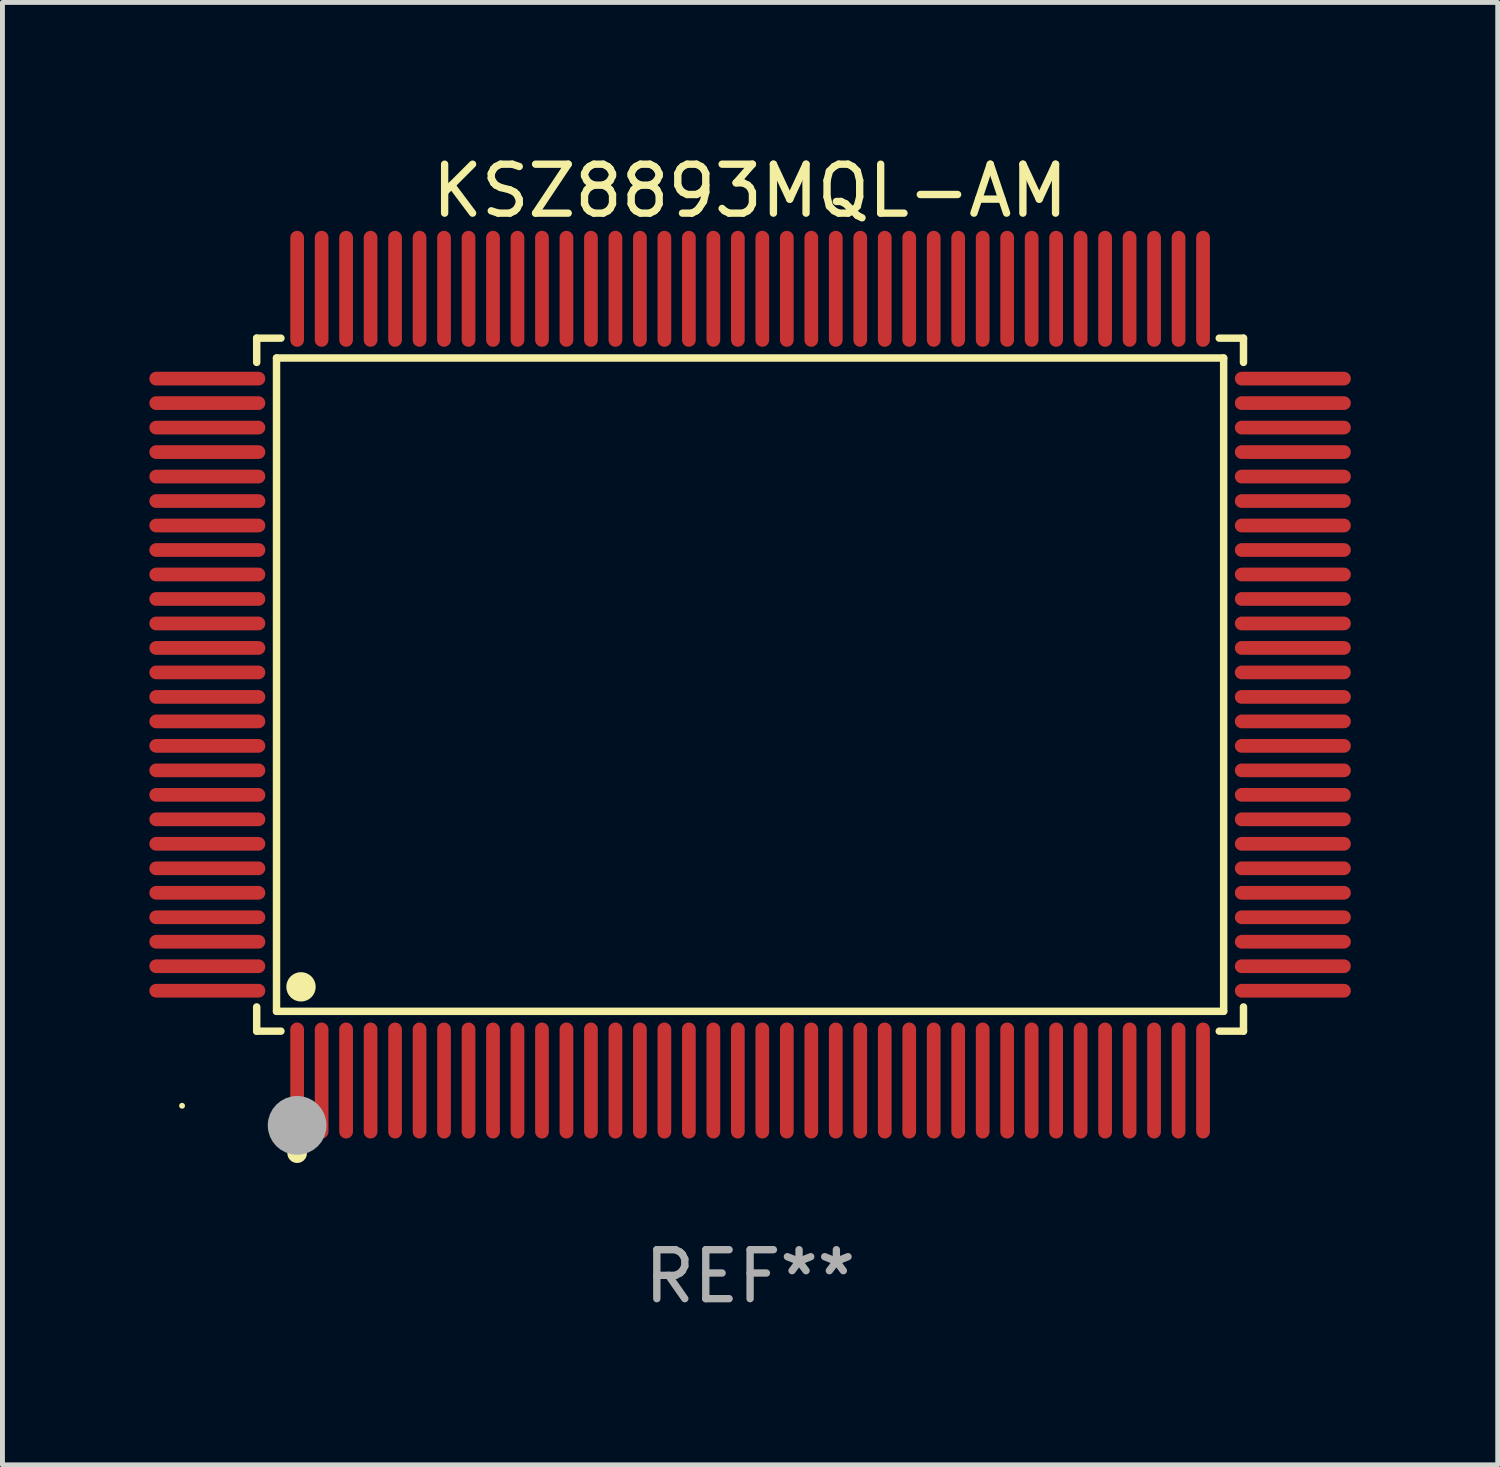
<source format=kicad_pcb>
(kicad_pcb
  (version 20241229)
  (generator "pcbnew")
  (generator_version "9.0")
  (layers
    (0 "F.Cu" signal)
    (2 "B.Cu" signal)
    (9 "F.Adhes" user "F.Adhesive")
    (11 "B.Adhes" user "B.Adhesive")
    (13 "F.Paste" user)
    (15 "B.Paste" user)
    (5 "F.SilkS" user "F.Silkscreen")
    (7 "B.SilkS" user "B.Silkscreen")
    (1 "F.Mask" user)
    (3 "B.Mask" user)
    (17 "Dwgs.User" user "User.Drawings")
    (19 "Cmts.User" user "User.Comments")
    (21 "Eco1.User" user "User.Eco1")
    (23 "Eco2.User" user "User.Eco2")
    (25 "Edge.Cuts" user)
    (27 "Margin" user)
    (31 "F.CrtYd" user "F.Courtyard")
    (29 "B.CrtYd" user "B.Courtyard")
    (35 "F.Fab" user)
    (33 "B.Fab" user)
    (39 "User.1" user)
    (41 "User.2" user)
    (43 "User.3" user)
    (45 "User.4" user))
  (footprint "KSZ8893MQL-AM"
    (layer "F.Cu")
    (at 12.268 10.932)
    (property "Reference" "KSZ8893MQL-AM" (at 0 -10.084 0) (layer "F.SilkS") (effects (font (size 1 1) (thickness 0.15))))
    (attr through_hole)
    (fp_line (start -10.076 -7.076) (end -9.581 -7.076) (stroke (width 0.152) (type solid)) (layer "F.SilkS"))
    (fp_line (start -10.076 -6.581) (end -10.076 -7.076) (stroke (width 0.152) (type solid)) (layer "F.SilkS"))
    (fp_line (start -10.076 6.581) (end -10.076 7.076) (stroke (width 0.152) (type solid)) (layer "F.SilkS"))
    (fp_line (start -10.076 7.076) (end -9.581 7.076) (stroke (width 0.152) (type solid)) (layer "F.SilkS"))
    (fp_line (start -9.671 -6.671) (end 9.671 -6.671) (stroke (width 0.152) (type solid)) (layer "F.SilkS"))
    (fp_line (start -9.671 6.671) (end -9.671 -6.671) (stroke (width 0.152) (type solid)) (layer "F.SilkS"))
    (fp_line (start 9.671 -6.671) (end 9.671 6.671) (stroke (width 0.152) (type solid)) (layer "F.SilkS"))
    (fp_line (start 9.671 6.671) (end -9.671 6.671) (stroke (width 0.152) (type solid)) (layer "F.SilkS"))
    (fp_line (start 10.076 -7.076) (end 9.581 -7.076) (stroke (width 0.152) (type solid)) (layer "F.SilkS"))
    (fp_line (start 10.076 -6.581) (end 10.076 -7.076) (stroke (width 0.152) (type solid)) (layer "F.SilkS"))
    (fp_line (start 10.076 6.581) (end 10.076 7.076) (stroke (width 0.152) (type solid)) (layer "F.SilkS"))
    (fp_line (start 10.076 7.076) (end 9.581 7.076) (stroke (width 0.152) (type solid)) (layer "F.SilkS"))
    (fp_circle (center -11.6 8.6) (end -11.57 8.6) (stroke (width 0.06) (type solid)) (fill no) (layer "F.SilkS"))
    (fp_circle (center -9.25 9.568) (end -9.15 9.568) (stroke (width 0.2) (type solid)) (fill no) (layer "F.SilkS"))
    (fp_circle (center -9.171 6.171) (end -9.021 6.171) (stroke (width 0.3) (type solid)) (fill no) (layer "F.SilkS"))
    (fp_circle (center -9.25 9) (end -8.95 9) (stroke (width 0.6) (type solid)) (fill no) (layer "F.Fab"))
    (fp_text user "REF**" (at 0 12.084 0) (layer "F.Fab") (effects (font (size 1 1) (thickness 0.15))))
    (pad "1" smd oval (at -9.25 8.084) (size 0.28 2.368) (layers "F.Cu" "F.Mask" "F.Paste"))
    (pad "2" smd oval (at -8.75 8.084) (size 0.28 2.368) (layers "F.Cu" "F.Mask" "F.Paste"))
    (pad "3" smd oval (at -8.25 8.084) (size 0.28 2.368) (layers "F.Cu" "F.Mask" "F.Paste"))
    (pad "4" smd oval (at -7.75 8.084) (size 0.28 2.368) (layers "F.Cu" "F.Mask" "F.Paste"))
    (pad "5" smd oval (at -7.25 8.084) (size 0.28 2.368) (layers "F.Cu" "F.Mask" "F.Paste"))
    (pad "6" smd oval (at -6.75 8.084) (size 0.28 2.368) (layers "F.Cu" "F.Mask" "F.Paste"))
    (pad "7" smd oval (at -6.25 8.084) (size 0.28 2.368) (layers "F.Cu" "F.Mask" "F.Paste"))
    (pad "8" smd oval (at -5.75 8.084) (size 0.28 2.368) (layers "F.Cu" "F.Mask" "F.Paste"))
    (pad "9" smd oval (at -5.25 8.084) (size 0.28 2.368) (layers "F.Cu" "F.Mask" "F.Paste"))
    (pad "10" smd oval (at -4.75 8.084) (size 0.28 2.368) (layers "F.Cu" "F.Mask" "F.Paste"))
    (pad "11" smd oval (at -4.25 8.084) (size 0.28 2.368) (layers "F.Cu" "F.Mask" "F.Paste"))
    (pad "12" smd oval (at -3.75 8.084) (size 0.28 2.368) (layers "F.Cu" "F.Mask" "F.Paste"))
    (pad "13" smd oval (at -3.25 8.084) (size 0.28 2.368) (layers "F.Cu" "F.Mask" "F.Paste"))
    (pad "14" smd oval (at -2.75 8.084) (size 0.28 2.368) (layers "F.Cu" "F.Mask" "F.Paste"))
    (pad "15" smd oval (at -2.25 8.084) (size 0.28 2.368) (layers "F.Cu" "F.Mask" "F.Paste"))
    (pad "16" smd oval (at -1.75 8.084) (size 0.28 2.368) (layers "F.Cu" "F.Mask" "F.Paste"))
    (pad "17" smd oval (at -1.25 8.084) (size 0.28 2.368) (layers "F.Cu" "F.Mask" "F.Paste"))
    (pad "18" smd oval (at -0.75 8.084) (size 0.28 2.368) (layers "F.Cu" "F.Mask" "F.Paste"))
    (pad "19" smd oval (at -0.25 8.084) (size 0.28 2.368) (layers "F.Cu" "F.Mask" "F.Paste"))
    (pad "20" smd oval (at 0.25 8.084) (size 0.28 2.368) (layers "F.Cu" "F.Mask" "F.Paste"))
    (pad "21" smd oval (at 0.75 8.084) (size 0.28 2.368) (layers "F.Cu" "F.Mask" "F.Paste"))
    (pad "22" smd oval (at 1.25 8.084) (size 0.28 2.368) (layers "F.Cu" "F.Mask" "F.Paste"))
    (pad "23" smd oval (at 1.75 8.084) (size 0.28 2.368) (layers "F.Cu" "F.Mask" "F.Paste"))
    (pad "24" smd oval (at 2.25 8.084) (size 0.28 2.368) (layers "F.Cu" "F.Mask" "F.Paste"))
    (pad "25" smd oval (at 2.75 8.084) (size 0.28 2.368) (layers "F.Cu" "F.Mask" "F.Paste"))
    (pad "26" smd oval (at 3.25 8.084) (size 0.28 2.368) (layers "F.Cu" "F.Mask" "F.Paste"))
    (pad "27" smd oval (at 3.75 8.084) (size 0.28 2.368) (layers "F.Cu" "F.Mask" "F.Paste"))
    (pad "28" smd oval (at 4.25 8.084) (size 0.28 2.368) (layers "F.Cu" "F.Mask" "F.Paste"))
    (pad "29" smd oval (at 4.75 8.084) (size 0.28 2.368) (layers "F.Cu" "F.Mask" "F.Paste"))
    (pad "30" smd oval (at 5.25 8.084) (size 0.28 2.368) (layers "F.Cu" "F.Mask" "F.Paste"))
    (pad "31" smd oval (at 5.75 8.084) (size 0.28 2.368) (layers "F.Cu" "F.Mask" "F.Paste"))
    (pad "32" smd oval (at 6.25 8.084) (size 0.28 2.368) (layers "F.Cu" "F.Mask" "F.Paste"))
    (pad "33" smd oval (at 6.75 8.084) (size 0.28 2.368) (layers "F.Cu" "F.Mask" "F.Paste"))
    (pad "34" smd oval (at 7.25 8.084) (size 0.28 2.368) (layers "F.Cu" "F.Mask" "F.Paste"))
    (pad "35" smd oval (at 7.75 8.084) (size 0.28 2.368) (layers "F.Cu" "F.Mask" "F.Paste"))
    (pad "36" smd oval (at 8.25 8.084) (size 0.28 2.368) (layers "F.Cu" "F.Mask" "F.Paste"))
    (pad "37" smd oval (at 8.75 8.084) (size 0.28 2.368) (layers "F.Cu" "F.Mask" "F.Paste"))
    (pad "38" smd oval (at 9.25 8.084) (size 0.28 2.368) (layers "F.Cu" "F.Mask" "F.Paste"))
    (pad "39" smd oval (at 11.084 6.25) (size 2.368 0.28) (layers "F.Cu" "F.Mask" "F.Paste"))
    (pad "40" smd oval (at 11.084 5.75) (size 2.368 0.28) (layers "F.Cu" "F.Mask" "F.Paste"))
    (pad "41" smd oval (at 11.084 5.25) (size 2.368 0.28) (layers "F.Cu" "F.Mask" "F.Paste"))
    (pad "42" smd oval (at 11.084 4.75) (size 2.368 0.28) (layers "F.Cu" "F.Mask" "F.Paste"))
    (pad "43" smd oval (at 11.084 4.25) (size 2.368 0.28) (layers "F.Cu" "F.Mask" "F.Paste"))
    (pad "44" smd oval (at 11.084 3.75) (size 2.368 0.28) (layers "F.Cu" "F.Mask" "F.Paste"))
    (pad "45" smd oval (at 11.084 3.25) (size 2.368 0.28) (layers "F.Cu" "F.Mask" "F.Paste"))
    (pad "46" smd oval (at 11.084 2.75) (size 2.368 0.28) (layers "F.Cu" "F.Mask" "F.Paste"))
    (pad "47" smd oval (at 11.084 2.25) (size 2.368 0.28) (layers "F.Cu" "F.Mask" "F.Paste"))
    (pad "48" smd oval (at 11.084 1.75) (size 2.368 0.28) (layers "F.Cu" "F.Mask" "F.Paste"))
    (pad "49" smd oval (at 11.084 1.25) (size 2.368 0.28) (layers "F.Cu" "F.Mask" "F.Paste"))
    (pad "50" smd oval (at 11.084 0.75) (size 2.368 0.28) (layers "F.Cu" "F.Mask" "F.Paste"))
    (pad "51" smd oval (at 11.084 0.25) (size 2.368 0.28) (layers "F.Cu" "F.Mask" "F.Paste"))
    (pad "52" smd oval (at 11.084 -0.25) (size 2.368 0.28) (layers "F.Cu" "F.Mask" "F.Paste"))
    (pad "53" smd oval (at 11.084 -0.75) (size 2.368 0.28) (layers "F.Cu" "F.Mask" "F.Paste"))
    (pad "54" smd oval (at 11.084 -1.25) (size 2.368 0.28) (layers "F.Cu" "F.Mask" "F.Paste"))
    (pad "55" smd oval (at 11.084 -1.75) (size 2.368 0.28) (layers "F.Cu" "F.Mask" "F.Paste"))
    (pad "56" smd oval (at 11.084 -2.25) (size 2.368 0.28) (layers "F.Cu" "F.Mask" "F.Paste"))
    (pad "57" smd oval (at 11.084 -2.75) (size 2.368 0.28) (layers "F.Cu" "F.Mask" "F.Paste"))
    (pad "58" smd oval (at 11.084 -3.25) (size 2.368 0.28) (layers "F.Cu" "F.Mask" "F.Paste"))
    (pad "59" smd oval (at 11.084 -3.75) (size 2.368 0.28) (layers "F.Cu" "F.Mask" "F.Paste"))
    (pad "60" smd oval (at 11.084 -4.25) (size 2.368 0.28) (layers "F.Cu" "F.Mask" "F.Paste"))
    (pad "61" smd oval (at 11.084 -4.75) (size 2.368 0.28) (layers "F.Cu" "F.Mask" "F.Paste"))
    (pad "62" smd oval (at 11.084 -5.25) (size 2.368 0.28) (layers "F.Cu" "F.Mask" "F.Paste"))
    (pad "63" smd oval (at 11.084 -5.75) (size 2.368 0.28) (layers "F.Cu" "F.Mask" "F.Paste"))
    (pad "64" smd oval (at 11.084 -6.25) (size 2.368 0.28) (layers "F.Cu" "F.Mask" "F.Paste"))
    (pad "65" smd oval (at 9.25 -8.084) (size 0.28 2.368) (layers "F.Cu" "F.Mask" "F.Paste"))
    (pad "66" smd oval (at 8.75 -8.084) (size 0.28 2.368) (layers "F.Cu" "F.Mask" "F.Paste"))
    (pad "67" smd oval (at 8.25 -8.084) (size 0.28 2.368) (layers "F.Cu" "F.Mask" "F.Paste"))
    (pad "68" smd oval (at 7.75 -8.084) (size 0.28 2.368) (layers "F.Cu" "F.Mask" "F.Paste"))
    (pad "69" smd oval (at 7.25 -8.084) (size 0.28 2.368) (layers "F.Cu" "F.Mask" "F.Paste"))
    (pad "70" smd oval (at 6.75 -8.084) (size 0.28 2.368) (layers "F.Cu" "F.Mask" "F.Paste"))
    (pad "71" smd oval (at 6.25 -8.084) (size 0.28 2.368) (layers "F.Cu" "F.Mask" "F.Paste"))
    (pad "72" smd oval (at 5.75 -8.084) (size 0.28 2.368) (layers "F.Cu" "F.Mask" "F.Paste"))
    (pad "73" smd oval (at 5.25 -8.084) (size 0.28 2.368) (layers "F.Cu" "F.Mask" "F.Paste"))
    (pad "74" smd oval (at 4.75 -8.084) (size 0.28 2.368) (layers "F.Cu" "F.Mask" "F.Paste"))
    (pad "75" smd oval (at 4.25 -8.084) (size 0.28 2.368) (layers "F.Cu" "F.Mask" "F.Paste"))
    (pad "76" smd oval (at 3.75 -8.084) (size 0.28 2.368) (layers "F.Cu" "F.Mask" "F.Paste"))
    (pad "77" smd oval (at 3.25 -8.084) (size 0.28 2.368) (layers "F.Cu" "F.Mask" "F.Paste"))
    (pad "78" smd oval (at 2.75 -8.084) (size 0.28 2.368) (layers "F.Cu" "F.Mask" "F.Paste"))
    (pad "79" smd oval (at 2.25 -8.084) (size 0.28 2.368) (layers "F.Cu" "F.Mask" "F.Paste"))
    (pad "80" smd oval (at 1.75 -8.084) (size 0.28 2.368) (layers "F.Cu" "F.Mask" "F.Paste"))
    (pad "81" smd oval (at 1.25 -8.084) (size 0.28 2.368) (layers "F.Cu" "F.Mask" "F.Paste"))
    (pad "82" smd oval (at 0.75 -8.084) (size 0.28 2.368) (layers "F.Cu" "F.Mask" "F.Paste"))
    (pad "83" smd oval (at 0.25 -8.084) (size 0.28 2.368) (layers "F.Cu" "F.Mask" "F.Paste"))
    (pad "84" smd oval (at -0.25 -8.084) (size 0.28 2.368) (layers "F.Cu" "F.Mask" "F.Paste"))
    (pad "85" smd oval (at -0.75 -8.084) (size 0.28 2.368) (layers "F.Cu" "F.Mask" "F.Paste"))
    (pad "86" smd oval (at -1.25 -8.084) (size 0.28 2.368) (layers "F.Cu" "F.Mask" "F.Paste"))
    (pad "87" smd oval (at -1.75 -8.084) (size 0.28 2.368) (layers "F.Cu" "F.Mask" "F.Paste"))
    (pad "88" smd oval (at -2.25 -8.084) (size 0.28 2.368) (layers "F.Cu" "F.Mask" "F.Paste"))
    (pad "89" smd oval (at -2.75 -8.084) (size 0.28 2.368) (layers "F.Cu" "F.Mask" "F.Paste"))
    (pad "90" smd oval (at -3.25 -8.084) (size 0.28 2.368) (layers "F.Cu" "F.Mask" "F.Paste"))
    (pad "91" smd oval (at -3.75 -8.084) (size 0.28 2.368) (layers "F.Cu" "F.Mask" "F.Paste"))
    (pad "92" smd oval (at -4.25 -8.084) (size 0.28 2.368) (layers "F.Cu" "F.Mask" "F.Paste"))
    (pad "93" smd oval (at -4.75 -8.084) (size 0.28 2.368) (layers "F.Cu" "F.Mask" "F.Paste"))
    (pad "94" smd oval (at -5.25 -8.084) (size 0.28 2.368) (layers "F.Cu" "F.Mask" "F.Paste"))
    (pad "95" smd oval (at -5.75 -8.084) (size 0.28 2.368) (layers "F.Cu" "F.Mask" "F.Paste"))
    (pad "96" smd oval (at -6.25 -8.084) (size 0.28 2.368) (layers "F.Cu" "F.Mask" "F.Paste"))
    (pad "97" smd oval (at -6.75 -8.084) (size 0.28 2.368) (layers "F.Cu" "F.Mask" "F.Paste"))
    (pad "98" smd oval (at -7.25 -8.084) (size 0.28 2.368) (layers "F.Cu" "F.Mask" "F.Paste"))
    (pad "99" smd oval (at -7.75 -8.084) (size 0.28 2.368) (layers "F.Cu" "F.Mask" "F.Paste"))
    (pad "100" smd oval (at -8.25 -8.084) (size 0.28 2.368) (layers "F.Cu" "F.Mask" "F.Paste"))
    (pad "101" smd oval (at -8.75 -8.084) (size 0.28 2.368) (layers "F.Cu" "F.Mask" "F.Paste"))
    (pad "102" smd oval (at -9.25 -8.084) (size 0.28 2.368) (layers "F.Cu" "F.Mask" "F.Paste"))
    (pad "103" smd oval (at -11.084 -6.25) (size 2.368 0.28) (layers "F.Cu" "F.Mask" "F.Paste"))
    (pad "104" smd oval (at -11.084 -5.75) (size 2.368 0.28) (layers "F.Cu" "F.Mask" "F.Paste"))
    (pad "105" smd oval (at -11.084 -5.25) (size 2.368 0.28) (layers "F.Cu" "F.Mask" "F.Paste"))
    (pad "106" smd oval (at -11.084 -4.75) (size 2.368 0.28) (layers "F.Cu" "F.Mask" "F.Paste"))
    (pad "107" smd oval (at -11.084 -4.25) (size 2.368 0.28) (layers "F.Cu" "F.Mask" "F.Paste"))
    (pad "108" smd oval (at -11.084 -3.75) (size 2.368 0.28) (layers "F.Cu" "F.Mask" "F.Paste"))
    (pad "109" smd oval (at -11.084 -3.25) (size 2.368 0.28) (layers "F.Cu" "F.Mask" "F.Paste"))
    (pad "110" smd oval (at -11.084 -2.75) (size 2.368 0.28) (layers "F.Cu" "F.Mask" "F.Paste"))
    (pad "111" smd oval (at -11.084 -2.25) (size 2.368 0.28) (layers "F.Cu" "F.Mask" "F.Paste"))
    (pad "112" smd oval (at -11.084 -1.75) (size 2.368 0.28) (layers "F.Cu" "F.Mask" "F.Paste"))
    (pad "113" smd oval (at -11.084 -1.25) (size 2.368 0.28) (layers "F.Cu" "F.Mask" "F.Paste"))
    (pad "114" smd oval (at -11.084 -0.75) (size 2.368 0.28) (layers "F.Cu" "F.Mask" "F.Paste"))
    (pad "115" smd oval (at -11.084 -0.25) (size 2.368 0.28) (layers "F.Cu" "F.Mask" "F.Paste"))
    (pad "116" smd oval (at -11.084 0.25) (size 2.368 0.28) (layers "F.Cu" "F.Mask" "F.Paste"))
    (pad "117" smd oval (at -11.084 0.75) (size 2.368 0.28) (layers "F.Cu" "F.Mask" "F.Paste"))
    (pad "118" smd oval (at -11.084 1.25) (size 2.368 0.28) (layers "F.Cu" "F.Mask" "F.Paste"))
    (pad "119" smd oval (at -11.084 1.75) (size 2.368 0.28) (layers "F.Cu" "F.Mask" "F.Paste"))
    (pad "120" smd oval (at -11.084 2.25) (size 2.368 0.28) (layers "F.Cu" "F.Mask" "F.Paste"))
    (pad "121" smd oval (at -11.084 2.75) (size 2.368 0.28) (layers "F.Cu" "F.Mask" "F.Paste"))
    (pad "122" smd oval (at -11.084 3.25) (size 2.368 0.28) (layers "F.Cu" "F.Mask" "F.Paste"))
    (pad "123" smd oval (at -11.084 3.75) (size 2.368 0.28) (layers "F.Cu" "F.Mask" "F.Paste"))
    (pad "124" smd oval (at -11.084 4.25) (size 2.368 0.28) (layers "F.Cu" "F.Mask" "F.Paste"))
    (pad "125" smd oval (at -11.084 4.75) (size 2.368 0.28) (layers "F.Cu" "F.Mask" "F.Paste"))
    (pad "126" smd oval (at -11.084 5.25) (size 2.368 0.28) (layers "F.Cu" "F.Mask" "F.Paste"))
    (pad "127" smd oval (at -11.084 5.75) (size 2.368 0.28) (layers "F.Cu" "F.Mask" "F.Paste"))
    (pad "128" smd oval (at -11.084 6.25) (size 2.368 0.28) (layers "F.Cu" "F.Mask" "F.Paste")))
  (gr_rect
    (start -3 -3)
    (end 27.536 26.865)
    (stroke (width 0.1) (type default))
    (fill no)
    (layer "Edge.Cuts")))
</source>
